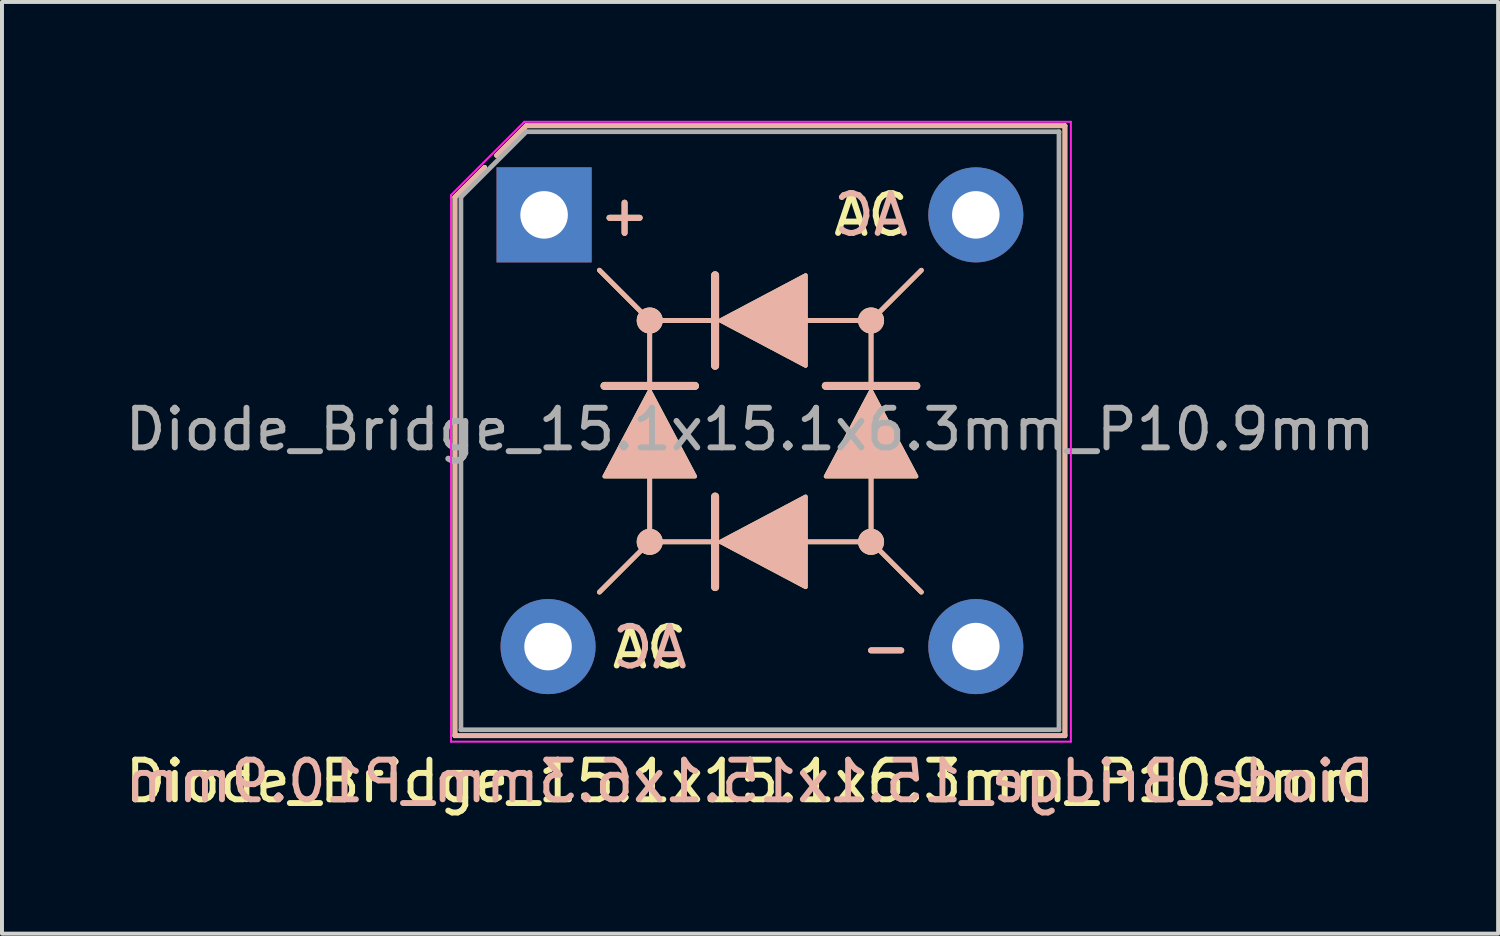
<source format=kicad_pcb>
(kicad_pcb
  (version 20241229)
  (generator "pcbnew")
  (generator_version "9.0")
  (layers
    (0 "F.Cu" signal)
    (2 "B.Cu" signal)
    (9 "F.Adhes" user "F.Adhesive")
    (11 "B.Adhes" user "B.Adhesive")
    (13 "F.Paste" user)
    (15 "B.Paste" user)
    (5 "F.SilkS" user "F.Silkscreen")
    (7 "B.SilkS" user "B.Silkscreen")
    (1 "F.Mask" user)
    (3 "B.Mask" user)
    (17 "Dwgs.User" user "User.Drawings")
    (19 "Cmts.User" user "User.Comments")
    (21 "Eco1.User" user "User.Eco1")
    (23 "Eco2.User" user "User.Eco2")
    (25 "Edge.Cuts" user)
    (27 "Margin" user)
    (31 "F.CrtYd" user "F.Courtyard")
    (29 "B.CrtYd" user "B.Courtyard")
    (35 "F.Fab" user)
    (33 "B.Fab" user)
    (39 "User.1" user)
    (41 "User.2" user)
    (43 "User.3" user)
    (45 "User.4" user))
  (footprint "Diode_Bridge_15.1x15.1x6.3mm_P10.9mm"
    (layer "F.Cu")
    (at 10.687 2.375)
    (property "Reference" "Diode_Bridge_15.1x15.1x6.3mm_P10.9mm" (at 5.2 14.3 180) (layer "F.SilkS") (effects (font (size 1 1) (thickness 0.15))))
    (fp_line (start -2.25 -0.45) (end -1.5 -1.2) (stroke (width 0.12) (type solid)) (layer "F.SilkS"))
    (fp_line (start -2.25 13.15) (end -2.25 -0.45) (stroke (width 0.12) (type solid)) (layer "F.SilkS"))
    (fp_line (start -1.2 -1.5) (end -0.45 -2.25) (stroke (width 0.12) (type solid)) (layer "F.SilkS"))
    (fp_line (start -0.45 -2.25) (end 13.15 -2.25) (stroke (width 0.12) (type solid)) (layer "F.SilkS"))
    (fp_line (start 1.397 1.397) (end 2.667 2.667) (stroke (width 0.12) (type solid)) (layer "F.SilkS"))
    (fp_line (start 1.397 9.525) (end 2.667 8.255) (stroke (width 0.12) (type solid)) (layer "F.SilkS"))
    (fp_line (start 2.667 4.318) (end 1.524 4.318) (stroke (width 0.2) (type solid)) (layer "F.SilkS"))
    (fp_line (start 2.667 4.318) (end 2.667 2.667) (stroke (width 0.12) (type solid)) (layer "F.SilkS"))
    (fp_line (start 2.667 8.255) (end 2.667 6.604) (stroke (width 0.12) (type solid)) (layer "F.SilkS"))
    (fp_line (start 3.81 4.318) (end 2.667 4.318) (stroke (width 0.2) (type solid)) (layer "F.SilkS"))
    (fp_line (start 4.318 1.524) (end 4.318 2.667) (stroke (width 0.2) (type solid)) (layer "F.SilkS"))
    (fp_line (start 4.318 2.667) (end 2.667 2.667) (stroke (width 0.12) (type solid)) (layer "F.SilkS"))
    (fp_line (start 4.318 2.667) (end 4.318 3.81) (stroke (width 0.2) (type solid)) (layer "F.SilkS"))
    (fp_line (start 4.318 7.112) (end 4.318 8.255) (stroke (width 0.2) (type solid)) (layer "F.SilkS"))
    (fp_line (start 4.318 8.255) (end 2.667 8.255) (stroke (width 0.12) (type solid)) (layer "F.SilkS"))
    (fp_line (start 4.318 8.255) (end 4.318 9.398) (stroke (width 0.2) (type solid)) (layer "F.SilkS"))
    (fp_line (start 8.255 2.667) (end 6.604 2.667) (stroke (width 0.12) (type solid)) (layer "F.SilkS"))
    (fp_line (start 8.255 4.318) (end 7.112 4.318) (stroke (width 0.2) (type solid)) (layer "F.SilkS"))
    (fp_line (start 8.255 4.318) (end 8.255 2.667) (stroke (width 0.12) (type solid)) (layer "F.SilkS"))
    (fp_line (start 8.255 8.255) (end 6.604 8.255) (stroke (width 0.12) (type solid)) (layer "F.SilkS"))
    (fp_line (start 8.255 8.255) (end 8.255 6.604) (stroke (width 0.12) (type solid)) (layer "F.SilkS"))
    (fp_line (start 9.398 4.318) (end 8.255 4.318) (stroke (width 0.2) (type solid)) (layer "F.SilkS"))
    (fp_line (start 9.525 1.397) (end 8.255 2.667) (stroke (width 0.12) (type solid)) (layer "F.SilkS"))
    (fp_line (start 9.525 9.525) (end 8.255 8.255) (stroke (width 0.12) (type solid)) (layer "F.SilkS"))
    (fp_line (start 13.15 -2.25) (end 13.15 13.15) (stroke (width 0.12) (type solid)) (layer "F.SilkS"))
    (fp_line (start 13.15 13.15) (end -2.25 13.15) (stroke (width 0.12) (type solid)) (layer "F.SilkS"))
    (fp_circle (center 2.667 2.667) (end 2.731 2.603) (stroke (width 0.12) (type solid)) (fill no) (layer "F.SilkS"))
    (fp_circle (center 2.667 2.667) (end 2.794 2.54) (stroke (width 0.12) (type solid)) (fill no) (layer "F.SilkS"))
    (fp_circle (center 2.667 2.667) (end 2.857 2.477) (stroke (width 0.12) (type solid)) (fill no) (layer "F.SilkS"))
    (fp_circle (center 2.667 8.255) (end 2.731 8.191) (stroke (width 0.12) (type solid)) (fill no) (layer "F.SilkS"))
    (fp_circle (center 2.667 8.255) (end 2.794 8.128) (stroke (width 0.12) (type solid)) (fill no) (layer "F.SilkS"))
    (fp_circle (center 2.667 8.255) (end 2.857 8.065) (stroke (width 0.12) (type solid)) (fill no) (layer "F.SilkS"))
    (fp_circle (center 8.255 2.667) (end 8.319 2.603) (stroke (width 0.12) (type solid)) (fill no) (layer "F.SilkS"))
    (fp_circle (center 8.255 2.667) (end 8.382 2.54) (stroke (width 0.12) (type solid)) (fill no) (layer "F.SilkS"))
    (fp_circle (center 8.255 2.667) (end 8.445 2.477) (stroke (width 0.12) (type solid)) (fill no) (layer "F.SilkS"))
    (fp_circle (center 8.255 8.255) (end 8.319 8.191) (stroke (width 0.12) (type solid)) (fill no) (layer "F.SilkS"))
    (fp_circle (center 8.255 8.255) (end 8.382 8.128) (stroke (width 0.12) (type solid)) (fill no) (layer "F.SilkS"))
    (fp_circle (center 8.255 8.255) (end 8.445 8.065) (stroke (width 0.12) (type solid)) (fill no) (layer "F.SilkS"))
    (fp_poly (pts (xy 3.81 6.604) (xy 1.524 6.604) (xy 2.667 4.445)) (stroke (width 0.1) (type solid)) (fill yes) (layer "F.SilkS"))
    (fp_poly (pts (xy 6.604 1.524) (xy 6.604 3.81) (xy 4.445 2.667)) (stroke (width 0.1) (type solid)) (fill yes) (layer "F.SilkS"))
    (fp_poly (pts (xy 6.604 7.112) (xy 6.604 9.398) (xy 4.445 8.255)) (stroke (width 0.1) (type solid)) (fill yes) (layer "F.SilkS"))
    (fp_poly (pts (xy 9.398 6.604) (xy 7.112 6.604) (xy 8.255 4.445)) (stroke (width 0.1) (type solid)) (fill yes) (layer "F.SilkS"))
    (fp_line (start -2.25 -0.45) (end -1.5 -1.2) (stroke (width 0.12) (type solid)) (layer "B.SilkS"))
    (fp_line (start -2.25 13.15) (end -2.25 -0.45) (stroke (width 0.12) (type solid)) (layer "B.SilkS"))
    (fp_line (start -1.2 -1.5) (end -0.45 -2.25) (stroke (width 0.12) (type solid)) (layer "B.SilkS"))
    (fp_line (start -0.45 -2.25) (end 13.15 -2.25) (stroke (width 0.12) (type solid)) (layer "B.SilkS"))
    (fp_line (start 1.397 1.397) (end 2.667 2.667) (stroke (width 0.12) (type solid)) (layer "B.SilkS"))
    (fp_line (start 1.397 9.525) (end 2.667 8.255) (stroke (width 0.12) (type solid)) (layer "B.SilkS"))
    (fp_line (start 2.667 4.318) (end 1.524 4.318) (stroke (width 0.2) (type solid)) (layer "B.SilkS"))
    (fp_line (start 2.667 4.318) (end 2.667 2.667) (stroke (width 0.12) (type solid)) (layer "B.SilkS"))
    (fp_line (start 2.667 8.255) (end 2.667 6.604) (stroke (width 0.12) (type solid)) (layer "B.SilkS"))
    (fp_line (start 3.81 4.318) (end 2.667 4.318) (stroke (width 0.2) (type solid)) (layer "B.SilkS"))
    (fp_line (start 4.318 1.524) (end 4.318 2.667) (stroke (width 0.2) (type solid)) (layer "B.SilkS"))
    (fp_line (start 4.318 2.667) (end 2.667 2.667) (stroke (width 0.12) (type solid)) (layer "B.SilkS"))
    (fp_line (start 4.318 2.667) (end 4.318 3.81) (stroke (width 0.2) (type solid)) (layer "B.SilkS"))
    (fp_line (start 4.318 7.112) (end 4.318 8.255) (stroke (width 0.2) (type solid)) (layer "B.SilkS"))
    (fp_line (start 4.318 8.255) (end 2.667 8.255) (stroke (width 0.12) (type solid)) (layer "B.SilkS"))
    (fp_line (start 4.318 8.255) (end 4.318 9.398) (stroke (width 0.2) (type solid)) (layer "B.SilkS"))
    (fp_line (start 8.255 2.667) (end 6.604 2.667) (stroke (width 0.12) (type solid)) (layer "B.SilkS"))
    (fp_line (start 8.255 4.318) (end 7.112 4.318) (stroke (width 0.2) (type solid)) (layer "B.SilkS"))
    (fp_line (start 8.255 4.318) (end 8.255 2.667) (stroke (width 0.12) (type solid)) (layer "B.SilkS"))
    (fp_line (start 8.255 8.255) (end 6.604 8.255) (stroke (width 0.12) (type solid)) (layer "B.SilkS"))
    (fp_line (start 8.255 8.255) (end 8.255 6.604) (stroke (width 0.12) (type solid)) (layer "B.SilkS"))
    (fp_line (start 9.398 4.318) (end 8.255 4.318) (stroke (width 0.2) (type solid)) (layer "B.SilkS"))
    (fp_line (start 9.525 1.397) (end 8.255 2.667) (stroke (width 0.12) (type solid)) (layer "B.SilkS"))
    (fp_line (start 9.525 9.525) (end 8.255 8.255) (stroke (width 0.12) (type solid)) (layer "B.SilkS"))
    (fp_line (start 13.15 -2.25) (end 13.15 13.15) (stroke (width 0.12) (type solid)) (layer "B.SilkS"))
    (fp_line (start 13.15 13.15) (end -2.25 13.15) (stroke (width 0.12) (type solid)) (layer "B.SilkS"))
    (fp_circle (center 2.667 2.667) (end 2.757 2.667) (stroke (width 0.12) (type solid)) (fill no) (layer "B.SilkS"))
    (fp_circle (center 2.667 2.667) (end 2.847 2.667) (stroke (width 0.12) (type solid)) (fill no) (layer "B.SilkS"))
    (fp_circle (center 2.667 2.667) (end 2.936 2.667) (stroke (width 0.12) (type solid)) (fill no) (layer "B.SilkS"))
    (fp_circle (center 2.667 8.255) (end 2.757 8.255) (stroke (width 0.12) (type solid)) (fill no) (layer "B.SilkS"))
    (fp_circle (center 2.667 8.255) (end 2.847 8.255) (stroke (width 0.12) (type solid)) (fill no) (layer "B.SilkS"))
    (fp_circle (center 2.667 8.255) (end 2.936 8.255) (stroke (width 0.12) (type solid)) (fill no) (layer "B.SilkS"))
    (fp_circle (center 8.255 2.667) (end 8.345 2.667) (stroke (width 0.12) (type solid)) (fill no) (layer "B.SilkS"))
    (fp_circle (center 8.255 2.667) (end 8.435 2.667) (stroke (width 0.12) (type solid)) (fill no) (layer "B.SilkS"))
    (fp_circle (center 8.255 2.667) (end 8.524 2.667) (stroke (width 0.12) (type solid)) (fill no) (layer "B.SilkS"))
    (fp_circle (center 8.255 8.255) (end 8.345 8.255) (stroke (width 0.12) (type solid)) (fill no) (layer "B.SilkS"))
    (fp_circle (center 8.255 8.255) (end 8.435 8.255) (stroke (width 0.12) (type solid)) (fill no) (layer "B.SilkS"))
    (fp_circle (center 8.255 8.255) (end 8.524 8.255) (stroke (width 0.12) (type solid)) (fill no) (layer "B.SilkS"))
    (fp_poly (pts (xy 3.81 6.604) (xy 1.524 6.604) (xy 2.667 4.445)) (stroke (width 0.1) (type solid)) (fill yes) (layer "B.SilkS"))
    (fp_poly (pts (xy 6.604 1.524) (xy 6.604 3.81) (xy 4.445 2.667)) (stroke (width 0.1) (type solid)) (fill yes) (layer "B.SilkS"))
    (fp_poly (pts (xy 6.604 7.112) (xy 6.604 9.398) (xy 4.445 8.255)) (stroke (width 0.1) (type solid)) (fill yes) (layer "B.SilkS"))
    (fp_poly (pts (xy 9.398 6.604) (xy 7.112 6.604) (xy 8.255 4.445)) (stroke (width 0.1) (type solid)) (fill yes) (layer "B.SilkS"))
    (fp_line (start -2.35 -0.5) (end -0.5 -2.35) (stroke (width 0.05) (type solid)) (layer "F.CrtYd"))
    (fp_line (start -2.35 13.3) (end -2.35 -0.5) (stroke (width 0.05) (type solid)) (layer "F.CrtYd"))
    (fp_line (start -0.5 -2.35) (end 13.3 -2.35) (stroke (width 0.05) (type solid)) (layer "F.CrtYd"))
    (fp_line (start 13.3 -2.35) (end 13.3 13.3) (stroke (width 0.05) (type solid)) (layer "F.CrtYd"))
    (fp_line (start 13.3 13.3) (end -2.35 13.3) (stroke (width 0.05) (type solid)) (layer "F.CrtYd"))
    (fp_line (start -2.1 -0.45) (end -0.45 -2.1) (stroke (width 0.12) (type solid)) (layer "F.Fab"))
    (fp_line (start -2.1 13) (end -2.1 -0.45) (stroke (width 0.12) (type solid)) (layer "F.Fab"))
    (fp_line (start -0.45 -2.1) (end 13 -2.1) (stroke (width 0.12) (type solid)) (layer "F.Fab"))
    (fp_line (start 13 -2.1) (end 13 13) (stroke (width 0.12) (type solid)) (layer "F.Fab"))
    (fp_line (start 13 13) (end -2.1 13) (stroke (width 0.12) (type solid)) (layer "F.Fab"))
    (fp_text user "AC" (at 8.255 0 0) (layer "F.SilkS") (effects (font (size 1 1) (thickness 0.15))))
    (fp_text user "-" (at 8.636 10.922 0) (layer "F.SilkS") (effects (font (size 1 1) (thickness 0.15))))
    (fp_text user "AC" (at 2.667 10.922 0) (layer "F.SilkS") (effects (font (size 1 1) (thickness 0.15))))
    (fp_text user "+" (at 2.032 0 0) (layer "F.SilkS") (effects (font (size 1 1) (thickness 0.15))))
    (fp_text user "AC" (at 2.667 10.922 0) (layer "B.SilkS") (effects (font (size 1 1) (thickness 0.15)) (justify mirror)))
    (fp_text user "+" (at 2.032 0 0) (layer "B.SilkS") (effects (font (size 1 1) (thickness 0.15)) (justify mirror)))
    (fp_text user "${REFERENCE}" (at 5.2 14.3 0) (layer "B.SilkS") (effects (font (size 1 1) (thickness 0.15)) (justify mirror)))
    (fp_text user "-" (at 8.636 10.922 0) (layer "B.SilkS") (effects (font (size 1 1) (thickness 0.15)) (justify mirror)))
    (fp_text user "AC" (at 8.255 0 0) (layer "B.SilkS") (effects (font (size 1 1) (thickness 0.15)) (justify mirror)))
    (fp_text user "${REFERENCE}" (at 5.2 5.415 180) (layer "F.Fab") (effects (font (size 1 1) (thickness 0.15))))
    (pad "1" thru_hole rect (at 0 0 180) (size 2.4 2.4) (drill 1.2) (layers "*.Cu" "*.Mask"))
    (pad "2" thru_hole circle (at 0.1 10.9 180) (size 2.4 2.4) (drill 1.2) (layers "*.Cu" "*.Mask"))
    (pad "3" thru_hole circle (at 10.9 10.9 180) (size 2.4 2.4) (drill 1.2) (layers "*.Cu" "*.Mask"))
    (pad "4" thru_hole circle (at 10.9 0 180) (size 2.4 2.4) (drill 1.2) (layers "*.Cu" "*.Mask")))
  (gr_rect
    (start -3 -3)
    (end 34.774 20.523)
    (stroke (width 0.1) (type default))
    (fill no)
    (layer "Edge.Cuts")))
</source>
